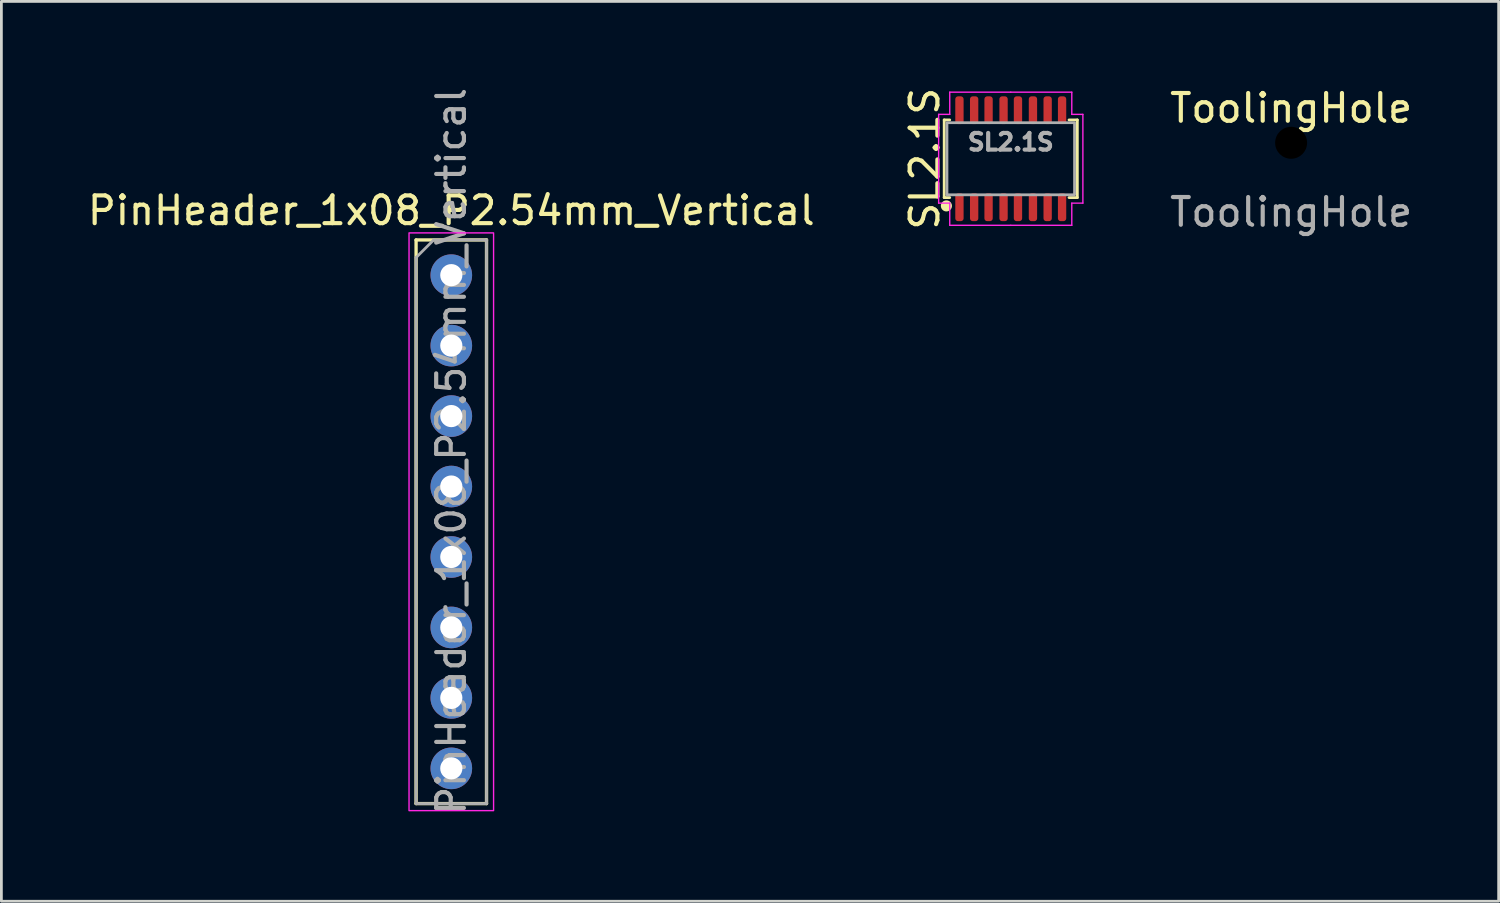
<source format=kicad_pcb>
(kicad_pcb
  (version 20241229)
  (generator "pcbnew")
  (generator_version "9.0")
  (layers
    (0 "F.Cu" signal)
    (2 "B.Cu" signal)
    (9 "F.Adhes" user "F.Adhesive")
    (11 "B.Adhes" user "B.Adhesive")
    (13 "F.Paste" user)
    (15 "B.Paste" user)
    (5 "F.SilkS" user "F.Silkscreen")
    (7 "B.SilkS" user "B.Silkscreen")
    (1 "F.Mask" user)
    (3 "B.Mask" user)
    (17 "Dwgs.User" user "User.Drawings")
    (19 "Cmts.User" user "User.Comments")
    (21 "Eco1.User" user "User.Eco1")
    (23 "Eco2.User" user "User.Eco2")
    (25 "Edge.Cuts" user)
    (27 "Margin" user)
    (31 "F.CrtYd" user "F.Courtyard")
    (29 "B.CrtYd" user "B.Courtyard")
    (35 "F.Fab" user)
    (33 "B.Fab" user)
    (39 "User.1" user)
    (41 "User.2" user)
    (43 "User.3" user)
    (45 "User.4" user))
  (footprint "SL2.1S"
    (layer "F.Cu")
    (at 33.389 2.673)
    (property "Reference" "SL2.1S" (at -3.1 0 270) (layer "F.SilkS") (effects (font (size 1 1) (thickness 0.15))))
    (attr smd)
    (fp_line (start -2.4 1.4) (end -2.4 -1.4) (stroke (width 0.1) (type default)) (layer "F.SilkS"))
    (fp_line (start -2.2 -1.4) (end -2.4 -1.4) (stroke (width 0.1) (type default)) (layer "F.SilkS"))
    (fp_line (start -2.2 1.4) (end -2.4 1.4) (stroke (width 0.1) (type default)) (layer "F.SilkS"))
    (fp_line (start 2.1 -1.4) (end 2.4 -1.4) (stroke (width 0.1) (type default)) (layer "F.SilkS"))
    (fp_line (start 2.1 1.4) (end 2.4 1.4) (stroke (width 0.1) (type default)) (layer "F.SilkS"))
    (fp_line (start 2.4 -1.4) (end 2.4 1.4) (stroke (width 0.1) (type default)) (layer "F.SilkS"))
    (fp_circle (center -2.32 1.7) (end -2.12 1.7) (stroke (width 0) (type solid)) (fill yes) (layer "F.SilkS"))
    (fp_line (start -2.6 -1.6) (end -2.6 1.6) (stroke (width 0.05) (type default)) (layer "F.CrtYd"))
    (fp_line (start -2.6 -1.6) (end -2.2 -1.6) (stroke (width 0.05) (type default)) (layer "F.CrtYd"))
    (fp_line (start -2.6 1.6) (end -2.2 1.6) (stroke (width 0.05) (type default)) (layer "F.CrtYd"))
    (fp_line (start -2.2 -2.4) (end 0 -2.4) (stroke (width 0.05) (type default)) (layer "F.CrtYd"))
    (fp_line (start -2.2 -1.6) (end -2.2 -2.4) (stroke (width 0.05) (type default)) (layer "F.CrtYd"))
    (fp_line (start -2.2 1.6) (end -2.2 2.4) (stroke (width 0.05) (type default)) (layer "F.CrtYd"))
    (fp_line (start -2.2 2.4) (end 0 2.4) (stroke (width 0.05) (type default)) (layer "F.CrtYd"))
    (fp_line (start 2.2 -2.4) (end 0 -2.4) (stroke (width 0.05) (type default)) (layer "F.CrtYd"))
    (fp_line (start 2.2 -1.6) (end 2.2 -2.4) (stroke (width 0.05) (type default)) (layer "F.CrtYd"))
    (fp_line (start 2.2 1.6) (end 2.2 2.4) (stroke (width 0.05) (type default)) (layer "F.CrtYd"))
    (fp_line (start 2.2 2.4) (end 0 2.4) (stroke (width 0.05) (type default)) (layer "F.CrtYd"))
    (fp_line (start 2.6 -1.6) (end 2.2 -1.6) (stroke (width 0.05) (type default)) (layer "F.CrtYd"))
    (fp_line (start 2.6 -1.6) (end 2.6 1.6) (stroke (width 0.05) (type default)) (layer "F.CrtYd"))
    (fp_line (start 2.6 1.6) (end 2.2 1.6) (stroke (width 0.05) (type default)) (layer "F.CrtYd"))
    (fp_rect (start 2.3 -1.3) (end -2.3 1.3) (stroke (width 0.1) (type default)) (fill no) (layer "F.Fab"))
    (fp_text user "${REFERENCE}" (at 0 -0.6 0) (layer "F.Fab") (effects (font (size 0.6 0.6) (thickness 0.15))))
    (pad "1" smd roundrect (at -1.85 1.75 90) (size 1 0.3) (layers "F.Cu" "F.Mask" "F.Paste") (roundrect_rratio 0.333))
    (pad "2" smd roundrect (at -1.32 1.75 90) (size 1 0.3) (layers "F.Cu" "F.Mask" "F.Paste") (roundrect_rratio 0.333))
    (pad "3" smd roundrect (at -0.8 1.75 90) (size 1 0.3) (layers "F.Cu" "F.Mask" "F.Paste") (roundrect_rratio 0.333))
    (pad "4" smd roundrect (at -0.26 1.75 90) (size 1 0.3) (layers "F.Cu" "F.Mask" "F.Paste") (roundrect_rratio 0.333))
    (pad "5" smd roundrect (at 0.26 1.75 90) (size 1 0.3) (layers "F.Cu" "F.Mask" "F.Paste") (roundrect_rratio 0.333))
    (pad "6" smd roundrect (at 0.8 1.75 90) (size 1 0.3) (layers "F.Cu" "F.Mask" "F.Paste") (roundrect_rratio 0.333))
    (pad "7" smd roundrect (at 1.33 1.75 90) (size 1 0.3) (layers "F.Cu" "F.Mask" "F.Paste") (roundrect_rratio 0.333))
    (pad "8" smd roundrect (at 1.85 1.75 90) (size 1 0.3) (layers "F.Cu" "F.Mask" "F.Paste") (roundrect_rratio 0.333))
    (pad "9" smd roundrect (at 1.85 -1.75 90) (size 1 0.3) (layers "F.Cu" "F.Mask" "F.Paste") (roundrect_rratio 0.333))
    (pad "10" smd roundrect (at 1.33 -1.75 90) (size 1 0.3) (layers "F.Cu" "F.Mask" "F.Paste") (roundrect_rratio 0.333))
    (pad "11" smd roundrect (at 0.8 -1.75 90) (size 1 0.3) (layers "F.Cu" "F.Mask" "F.Paste") (roundrect_rratio 0.333))
    (pad "12" smd roundrect (at 0.26 -1.75 90) (size 1 0.3) (layers "F.Cu" "F.Mask" "F.Paste") (roundrect_rratio 0.333))
    (pad "13" smd roundrect (at -0.26 -1.75 90) (size 1 0.3) (layers "F.Cu" "F.Mask" "F.Paste") (roundrect_rratio 0.333))
    (pad "14" smd roundrect (at -0.8 -1.75 90) (size 1 0.3) (layers "F.Cu" "F.Mask" "F.Paste") (roundrect_rratio 0.333))
    (pad "15" smd roundrect (at -1.32 -1.75 90) (size 1 0.3) (layers "F.Cu" "F.Mask" "F.Paste") (roundrect_rratio 0.333))
    (pad "16" smd roundrect (at -1.85 -1.75 90) (size 1 0.3) (layers "F.Cu" "F.Mask" "F.Paste") (roundrect_rratio 0.333)))
  (footprint "PinHeader_1x08_P2.54mm_Vertical"
    (layer "F.Cu")
    (at 13.22 6.87)
    (property "Reference" "PinHeader_1x08_P2.54mm_Vertical" (at 0 -2.33 0) (layer "F.SilkS") (effects (font (size 1 1) (thickness 0.15))))
    (attr through_hole)
    (fp_line (start -1.27 -1.27) (end -1.27 19.05) (stroke (width 0.12) (type solid)) (layer "F.SilkS"))
    (fp_line (start -1.27 -1.27) (end 1.27 -1.27) (stroke (width 0.12) (type solid)) (layer "F.SilkS"))
    (fp_line (start -1.27 19.05) (end 1.27 19.05) (stroke (width 0.12) (type solid)) (layer "F.SilkS"))
    (fp_line (start 1.27 -1.27) (end 1.27 19.05) (stroke (width 0.12) (type solid)) (layer "F.SilkS"))
    (fp_rect (start -1.524 -1.524) (end 1.524 19.304) (stroke (width 0.05) (type default)) (fill no) (layer "F.CrtYd"))
    (fp_line (start -1.27 -0.635) (end -0.635 -1.27) (stroke (width 0.1) (type solid)) (layer "F.Fab"))
    (fp_line (start -1.27 19.05) (end -1.27 -0.635) (stroke (width 0.1) (type solid)) (layer "F.Fab"))
    (fp_line (start -0.635 -1.27) (end 1.27 -1.27) (stroke (width 0.1) (type solid)) (layer "F.Fab"))
    (fp_line (start 1.27 -1.27) (end 1.27 19.05) (stroke (width 0.1) (type solid)) (layer "F.Fab"))
    (fp_line (start 1.27 19.05) (end -1.27 19.05) (stroke (width 0.1) (type solid)) (layer "F.Fab"))
    (fp_text user "${REFERENCE}" (at 0 6.35 90) (layer "F.Fab") (effects (font (size 1 1) (thickness 0.15))))
    (pad "1" thru_hole circle (at 0 0) (size 1.5 1.5) (drill 0.8) (layers "*.Cu" "*.Mask") (remove_unused_layers yes) (keep_end_layers yes) (zone_layer_connections))
    (pad "2" thru_hole circle (at 0 2.54) (size 1.5 1.5) (drill 0.8) (layers "*.Cu" "*.Mask") (remove_unused_layers yes) (keep_end_layers yes) (zone_layer_connections))
    (pad "3" thru_hole circle (at 0 5.08) (size 1.5 1.5) (drill 0.8) (layers "*.Cu" "*.Mask") (remove_unused_layers yes) (keep_end_layers yes) (zone_layer_connections))
    (pad "4" thru_hole circle (at 0 7.62) (size 1.5 1.5) (drill 0.8) (layers "*.Cu" "*.Mask") (remove_unused_layers yes) (keep_end_layers yes) (zone_layer_connections))
    (pad "5" thru_hole circle (at 0 10.16) (size 1.5 1.5) (drill 0.8) (layers "*.Cu" "*.Mask") (remove_unused_layers yes) (keep_end_layers yes) (zone_layer_connections))
    (pad "6" thru_hole circle (at 0 12.7) (size 1.5 1.5) (drill 0.8) (layers "*.Cu" "*.Mask") (remove_unused_layers yes) (keep_end_layers yes) (zone_layer_connections))
    (pad "7" thru_hole circle (at 0 15.24) (size 1.5 1.5) (drill 0.8) (layers "*.Cu" "*.Mask") (remove_unused_layers yes) (keep_end_layers yes) (zone_layer_connections))
    (pad "8" thru_hole circle (at 0 17.78) (size 1.5 1.5) (drill 0.8) (layers "*.Cu" "*.Mask") (remove_unused_layers yes) (keep_end_layers yes) (zone_layer_connections)))
  (footprint "ToolingHole"
    (layer "F.Cu")
    (at 43.496 2.098)
    (property "Reference" "ToolingHole" (at 0 -1.25 0) (unlocked yes) (layer "F.SilkS") (effects (font (size 1 1) (thickness 0.15))))
    (attr through_hole)
    (fp_text user "${REFERENCE}" (at 0 2.5 0) (unlocked yes) (layer "F.Fab") (effects (font (size 1 1) (thickness 0.15))))
    (pad "" np_thru_hole circle (at 0 0) (size 1.3 1.3) (drill 1.152) (layers "*.Mask")))
  (gr_rect
    (start -3 -3)
    (end 50.978 29.44)
    (stroke (width 0.1) (type default))
    (fill no)
    (layer "Edge.Cuts")))
</source>
